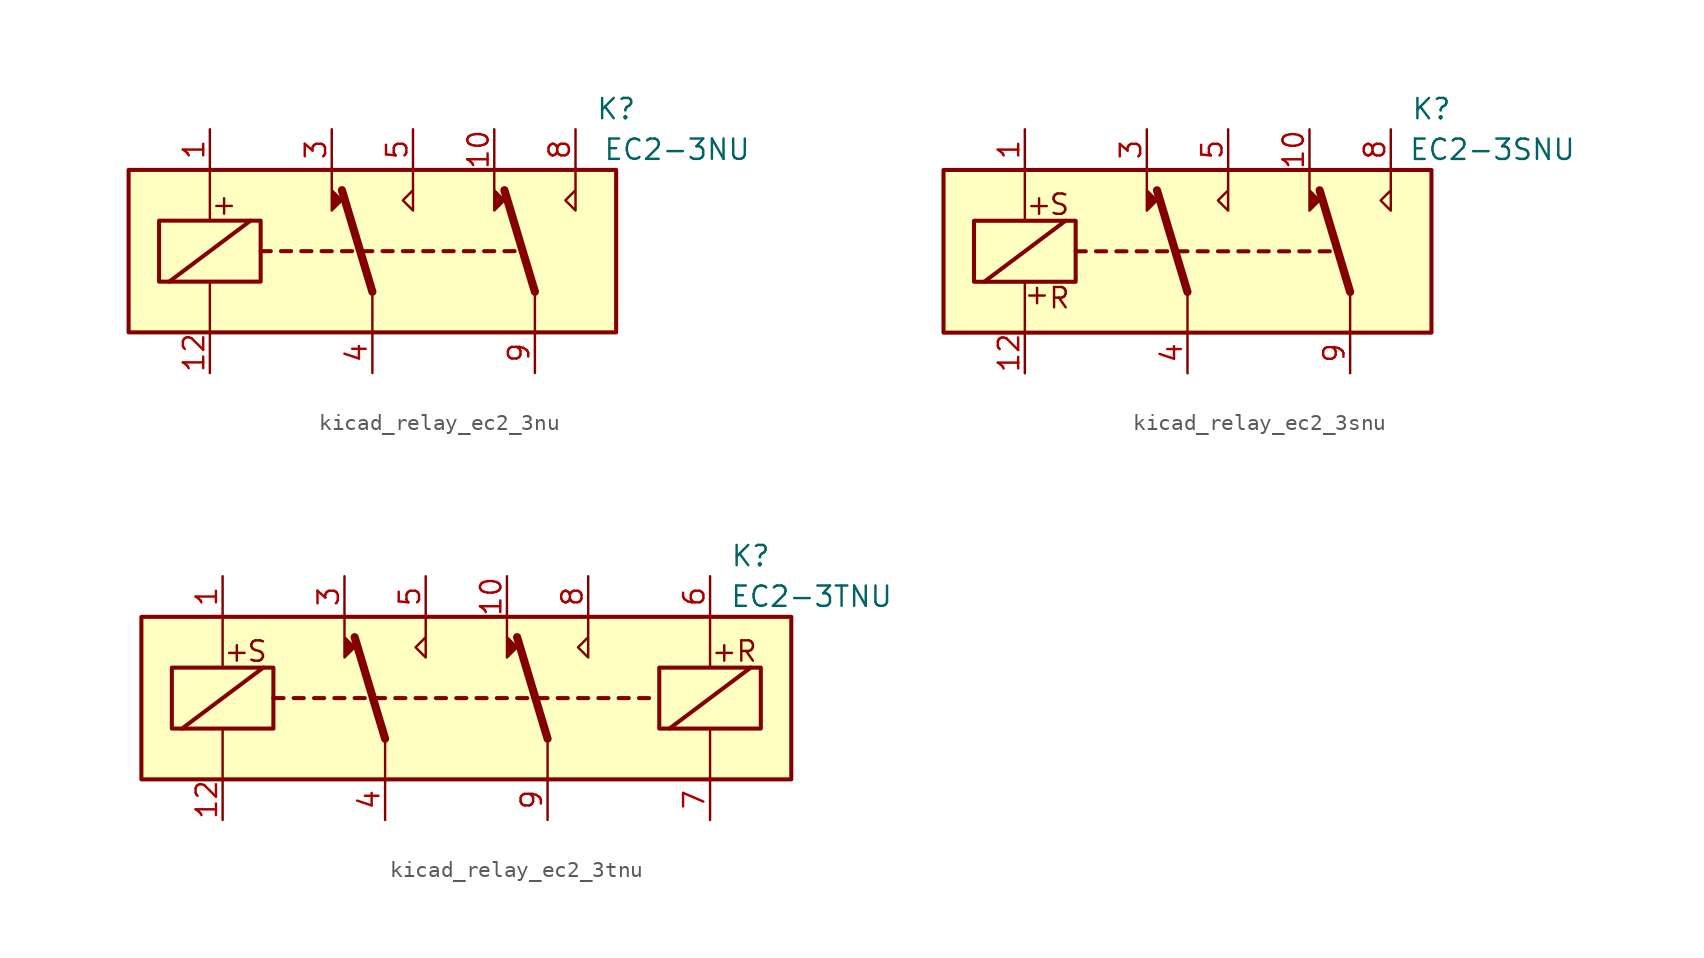
<source format=kicad_sym>
(kicad_symbol_lib
  (version 20220914)
  (generator kicad_symbol_editor)
  (symbol "kicad_relay_ec2_3nu"
    (property "Reference" "K"
      (at 15.24 8.89 0)
      (effects (font (size 1.27 1.27))))
    (property "Value" "EC2-3NU"
      (at 19.05 6.35 0)
      (effects (font (size 1.27 1.27))))
    (symbol "kicad_relay_ec2_3nu_1_1"
      (rectangle (start -15.24 5.08) (end 15.24 -5.08) (stroke (width 0.254) (type default)) (fill (type background)))
      (rectangle (start -13.335 1.905) (end -6.985 -1.905) (stroke (width 0.254) (type default)) (fill (type none)))
      (polyline (pts (xy -12.7 -1.905) (xy -7.62 1.905)) (stroke (width 0.254) (type default)) (fill (type none)))
      (polyline (pts (xy -10.16 -5.08) (xy -10.16 -1.905)) (stroke (width 0) (type default)) (fill (type none)))
      (polyline (pts (xy -10.16 5.08) (xy -10.16 1.905)) (stroke (width 0) (type default)) (fill (type none)))
      (polyline (pts (xy -6.985 0) (xy -6.35 0)) (stroke (width 0.254) (type default)) (fill (type none)))
      (polyline (pts (xy -5.715 0) (xy -5.08 0)) (stroke (width 0.254) (type default)) (fill (type none)))
      (polyline (pts (xy -4.445 0) (xy -3.81 0)) (stroke (width 0.254) (type default)) (fill (type none)))
      (polyline (pts (xy -3.175 0) (xy -2.54 0)) (stroke (width 0.254) (type default)) (fill (type none)))
      (polyline (pts (xy -1.905 0) (xy -1.27 0)) (stroke (width 0.254) (type default)) (fill (type none)))
      (polyline (pts (xy -0.635 0) (xy 0 0)) (stroke (width 0.254) (type default)) (fill (type none)))
      (polyline (pts (xy 0 -2.54) (xy -1.905 3.81)) (stroke (width 0.508) (type default)) (fill (type none)))
      (polyline (pts (xy 0 -2.54) (xy 0 -5.08)) (stroke (width 0) (type default)) (fill (type none)))
      (polyline (pts (xy 0.635 0) (xy 1.27 0)) (stroke (width 0.254) (type default)) (fill (type none)))
      (polyline (pts (xy 1.905 0) (xy 2.54 0)) (stroke (width 0.254) (type default)) (fill (type none)))
      (polyline (pts (xy 3.175 0) (xy 3.81 0)) (stroke (width 0.254) (type default)) (fill (type none)))
      (polyline (pts (xy 4.445 0) (xy 5.08 0)) (stroke (width 0.254) (type default)) (fill (type none)))
      (polyline (pts (xy 5.715 0) (xy 6.35 0)) (stroke (width 0.254) (type default)) (fill (type none)))
      (polyline (pts (xy 6.985 0) (xy 7.62 0)) (stroke (width 0.254) (type default)) (fill (type none)))
      (polyline (pts (xy 8.255 0) (xy 8.89 0)) (stroke (width 0.254) (type default)) (fill (type none)))
      (polyline (pts (xy 10.16 -2.54) (xy 8.255 3.81)) (stroke (width 0.508) (type default)) (fill (type none)))
      (polyline (pts (xy 10.16 -2.54) (xy 10.16 -5.08)) (stroke (width 0) (type default)) (fill (type none)))
      (polyline (pts (xy -2.54 5.08) (xy -2.54 2.54) (xy -1.905 3.175) (xy -2.54 3.81)) (stroke (width 0) (type default)) (fill (type outline)))
      (polyline (pts (xy 2.54 5.08) (xy 2.54 2.54) (xy 1.905 3.175) (xy 2.54 3.81)) (stroke (width 0) (type default)) (fill (type none)))
      (polyline (pts (xy 7.62 5.08) (xy 7.62 2.54) (xy 8.255 3.175) (xy 7.62 3.81)) (stroke (width 0) (type default)) (fill (type outline)))
      (polyline (pts (xy 12.7 5.08) (xy 12.7 2.54) (xy 12.065 3.175) (xy 12.7 3.81)) (stroke (width 0) (type default)) (fill (type none)))
      (text "+" (at -9.271 2.921 0) (effects (font (size 1.27 1.27))))
      (pin passive line (at -10.16 7.62 270) (length 2.54) (name "~" (effects (font (size 1.27 1.27)))) (number "1" (effects (font (size 1.27 1.27)))))
      (pin passive line (at 7.62 7.62 270) (length 2.54) (name "~" (effects (font (size 1.27 1.27)))) (number "10" (effects (font (size 1.27 1.27)))))
      (pin passive line (at -10.16 -7.62 90) (length 2.54) (name "~" (effects (font (size 1.27 1.27)))) (number "12" (effects (font (size 1.27 1.27)))))
      (pin passive line (at -2.54 7.62 270) (length 2.54) (name "~" (effects (font (size 1.27 1.27)))) (number "3" (effects (font (size 1.27 1.27)))))
      (pin passive line (at 0 -7.62 90) (length 2.54) (name "~" (effects (font (size 1.27 1.27)))) (number "4" (effects (font (size 1.27 1.27)))))
      (pin passive line (at 2.54 7.62 270) (length 2.54) (name "~" (effects (font (size 1.27 1.27)))) (number "5" (effects (font (size 1.27 1.27)))))
      (pin passive line (at 12.7 7.62 270) (length 2.54) (name "~" (effects (font (size 1.27 1.27)))) (number "8" (effects (font (size 1.27 1.27)))))
      (pin passive line (at 10.16 -7.62 90) (length 2.54) (name "~" (effects (font (size 1.27 1.27)))) (number "9" (effects (font (size 1.27 1.27)))))))
  (symbol "kicad_relay_ec2_3snu"
    (property "Reference" "K"
      (at 15.24 8.89 0)
      (effects (font (size 1.27 1.27))))
    (property "Value" "EC2-3SNU"
      (at 19.05 6.35 0)
      (effects (font (size 1.27 1.27))))
    (symbol "kicad_relay_ec2_3snu_0_0"
      (text "S" (at -8.001 2.921 0) (effects (font (size 1.27 1.27)))))
    (symbol "kicad_relay_ec2_3snu_1_1"
      (rectangle (start -15.24 5.08) (end 15.24 -5.08) (stroke (width 0.254) (type default)) (fill (type background)))
      (rectangle (start -13.335 1.905) (end -6.985 -1.905) (stroke (width 0.254) (type default)) (fill (type none)))
      (polyline (pts (xy -12.7 -1.905) (xy -7.62 1.905)) (stroke (width 0.254) (type default)) (fill (type none)))
      (polyline (pts (xy -10.16 -5.08) (xy -10.16 -1.905)) (stroke (width 0) (type default)) (fill (type none)))
      (polyline (pts (xy -10.16 5.08) (xy -10.16 1.905)) (stroke (width 0) (type default)) (fill (type none)))
      (polyline (pts (xy -6.985 0) (xy -6.35 0)) (stroke (width 0.254) (type default)) (fill (type none)))
      (polyline (pts (xy -5.715 0) (xy -5.08 0)) (stroke (width 0.254) (type default)) (fill (type none)))
      (polyline (pts (xy -4.445 0) (xy -3.81 0)) (stroke (width 0.254) (type default)) (fill (type none)))
      (polyline (pts (xy -3.175 0) (xy -2.54 0)) (stroke (width 0.254) (type default)) (fill (type none)))
      (polyline (pts (xy -1.905 0) (xy -1.27 0)) (stroke (width 0.254) (type default)) (fill (type none)))
      (polyline (pts (xy -0.635 0) (xy 0 0)) (stroke (width 0.254) (type default)) (fill (type none)))
      (polyline (pts (xy 0 -2.54) (xy -1.905 3.81)) (stroke (width 0.508) (type default)) (fill (type none)))
      (polyline (pts (xy 0 -2.54) (xy 0 -5.08)) (stroke (width 0) (type default)) (fill (type none)))
      (polyline (pts (xy 0.635 0) (xy 1.27 0)) (stroke (width 0.254) (type default)) (fill (type none)))
      (polyline (pts (xy 1.905 0) (xy 2.54 0)) (stroke (width 0.254) (type default)) (fill (type none)))
      (polyline (pts (xy 3.175 0) (xy 3.81 0)) (stroke (width 0.254) (type default)) (fill (type none)))
      (polyline (pts (xy 4.445 0) (xy 5.08 0)) (stroke (width 0.254) (type default)) (fill (type none)))
      (polyline (pts (xy 5.715 0) (xy 6.35 0)) (stroke (width 0.254) (type default)) (fill (type none)))
      (polyline (pts (xy 6.985 0) (xy 7.62 0)) (stroke (width 0.254) (type default)) (fill (type none)))
      (polyline (pts (xy 8.255 0) (xy 8.89 0)) (stroke (width 0.254) (type default)) (fill (type none)))
      (polyline (pts (xy 10.16 -2.54) (xy 8.255 3.81)) (stroke (width 0.508) (type default)) (fill (type none)))
      (polyline (pts (xy 10.16 -2.54) (xy 10.16 -5.08)) (stroke (width 0) (type default)) (fill (type none)))
      (polyline (pts (xy -2.54 5.08) (xy -2.54 2.54) (xy -1.905 3.175) (xy -2.54 3.81)) (stroke (width 0) (type default)) (fill (type outline)))
      (polyline (pts (xy 2.54 5.08) (xy 2.54 2.54) (xy 1.905 3.175) (xy 2.54 3.81)) (stroke (width 0) (type default)) (fill (type none)))
      (polyline (pts (xy 7.62 5.08) (xy 7.62 2.54) (xy 8.255 3.175) (xy 7.62 3.81)) (stroke (width 0) (type default)) (fill (type outline)))
      (polyline (pts (xy 12.7 5.08) (xy 12.7 2.54) (xy 12.065 3.175) (xy 12.7 3.81)) (stroke (width 0) (type default)) (fill (type none)))
      (text "+" (at -9.398 -2.667 0) (effects (font (size 1.27 1.27))))
      (text "+" (at -9.271 2.921 0) (effects (font (size 1.27 1.27))))
      (text "R" (at -8.001 -2.921 0) (effects (font (size 1.27 1.27))))
      (pin passive line (at -10.16 7.62 270) (length 2.54) (name "~" (effects (font (size 1.27 1.27)))) (number "1" (effects (font (size 1.27 1.27)))))
      (pin passive line (at 7.62 7.62 270) (length 2.54) (name "~" (effects (font (size 1.27 1.27)))) (number "10" (effects (font (size 1.27 1.27)))))
      (pin passive line (at -10.16 -7.62 90) (length 2.54) (name "~" (effects (font (size 1.27 1.27)))) (number "12" (effects (font (size 1.27 1.27)))))
      (pin passive line (at -2.54 7.62 270) (length 2.54) (name "~" (effects (font (size 1.27 1.27)))) (number "3" (effects (font (size 1.27 1.27)))))
      (pin passive line (at 0 -7.62 90) (length 2.54) (name "~" (effects (font (size 1.27 1.27)))) (number "4" (effects (font (size 1.27 1.27)))))
      (pin passive line (at 2.54 7.62 270) (length 2.54) (name "~" (effects (font (size 1.27 1.27)))) (number "5" (effects (font (size 1.27 1.27)))))
      (pin passive line (at 12.7 7.62 270) (length 2.54) (name "~" (effects (font (size 1.27 1.27)))) (number "8" (effects (font (size 1.27 1.27)))))
      (pin passive line (at 10.16 -7.62 90) (length 2.54) (name "~" (effects (font (size 1.27 1.27)))) (number "9" (effects (font (size 1.27 1.27)))))))
  (symbol "kicad_relay_ec2_3tnu"
    (property "Reference" "K"
      (at 17.78 8.89 0)
      (effects (font (size 1.27 1.27))))
    (property "Value" "EC2-3TNU"
      (at 21.59 6.35 0)
      (effects (font (size 1.27 1.27))))
    (symbol "kicad_relay_ec2_3tnu_1_1"
      (rectangle (start -20.32 5.08) (end 20.32 -5.08) (stroke (width 0.254) (type default)) (fill (type background)))
      (rectangle (start -18.415 1.905) (end -12.065 -1.905) (stroke (width 0.254) (type default)) (fill (type none)))
      (polyline (pts (xy -17.78 -1.905) (xy -12.7 1.905)) (stroke (width 0.254) (type default)) (fill (type none)))
      (polyline (pts (xy -15.24 -5.08) (xy -15.24 -1.905)) (stroke (width 0) (type default)) (fill (type none)))
      (polyline (pts (xy -15.24 5.08) (xy -15.24 1.905)) (stroke (width 0) (type default)) (fill (type none)))
      (polyline (pts (xy -12.065 0) (xy -11.43 0)) (stroke (width 0.254) (type default)) (fill (type none)))
      (polyline (pts (xy -10.795 0) (xy -10.16 0)) (stroke (width 0.254) (type default)) (fill (type none)))
      (polyline (pts (xy -9.525 0) (xy -8.89 0)) (stroke (width 0.254) (type default)) (fill (type none)))
      (polyline (pts (xy -8.255 0) (xy -7.62 0)) (stroke (width 0.254) (type default)) (fill (type none)))
      (polyline (pts (xy -6.985 0) (xy -6.35 0)) (stroke (width 0.254) (type default)) (fill (type none)))
      (polyline (pts (xy -5.715 0) (xy -5.08 0)) (stroke (width 0.254) (type default)) (fill (type none)))
      (polyline (pts (xy -5.08 -2.54) (xy -6.985 3.81)) (stroke (width 0.508) (type default)) (fill (type none)))
      (polyline (pts (xy -5.08 -2.54) (xy -5.08 -5.08)) (stroke (width 0) (type default)) (fill (type none)))
      (polyline (pts (xy -4.445 0) (xy -3.81 0)) (stroke (width 0.254) (type default)) (fill (type none)))
      (polyline (pts (xy -3.175 0) (xy -2.54 0)) (stroke (width 0.254) (type default)) (fill (type none)))
      (polyline (pts (xy -1.905 0) (xy -1.27 0)) (stroke (width 0.254) (type default)) (fill (type none)))
      (polyline (pts (xy -0.635 0) (xy 0 0)) (stroke (width 0.254) (type default)) (fill (type none)))
      (polyline (pts (xy 0.635 0) (xy 1.27 0)) (stroke (width 0.254) (type default)) (fill (type none)))
      (polyline (pts (xy 1.905 0) (xy 2.54 0)) (stroke (width 0.254) (type default)) (fill (type none)))
      (polyline (pts (xy 3.175 0) (xy 3.81 0)) (stroke (width 0.254) (type default)) (fill (type none)))
      (polyline (pts (xy 4.445 0) (xy 5.08 0)) (stroke (width 0.254) (type default)) (fill (type none)))
      (polyline (pts (xy 5.08 -2.54) (xy 3.175 3.81)) (stroke (width 0.508) (type default)) (fill (type none)))
      (polyline (pts (xy 5.08 -2.54) (xy 5.08 -5.08)) (stroke (width 0) (type default)) (fill (type none)))
      (polyline (pts (xy 5.715 0) (xy 6.35 0)) (stroke (width 0.254) (type default)) (fill (type none)))
      (polyline (pts (xy 6.985 0) (xy 7.62 0)) (stroke (width 0.254) (type default)) (fill (type none)))
      (polyline (pts (xy 8.255 0) (xy 8.89 0)) (stroke (width 0.254) (type default)) (fill (type none)))
      (polyline (pts (xy 9.525 0) (xy 10.16 0)) (stroke (width 0.254) (type default)) (fill (type none)))
      (polyline (pts (xy 10.795 0) (xy 11.43 0)) (stroke (width 0.254) (type default)) (fill (type none)))
      (polyline (pts (xy 12.7 -1.905) (xy 17.78 1.905)) (stroke (width 0.254) (type default)) (fill (type none)))
      (polyline (pts (xy 15.24 -5.08) (xy 15.24 -1.905)) (stroke (width 0) (type default)) (fill (type none)))
      (polyline (pts (xy 15.24 5.08) (xy 15.24 1.905)) (stroke (width 0) (type default)) (fill (type none)))
      (polyline (pts (xy -7.62 5.08) (xy -7.62 2.54) (xy -6.985 3.175) (xy -7.62 3.81)) (stroke (width 0) (type default)) (fill (type outline)))
      (polyline (pts (xy -2.54 5.08) (xy -2.54 2.54) (xy -3.175 3.175) (xy -2.54 3.81)) (stroke (width 0) (type default)) (fill (type none)))
      (polyline (pts (xy 2.54 5.08) (xy 2.54 2.54) (xy 3.175 3.175) (xy 2.54 3.81)) (stroke (width 0) (type default)) (fill (type outline)))
      (polyline (pts (xy 7.62 5.08) (xy 7.62 2.54) (xy 6.985 3.175) (xy 7.62 3.81)) (stroke (width 0) (type default)) (fill (type none)))
      (rectangle (start 12.065 1.905) (end 18.415 -1.905) (stroke (width 0.254) (type default)) (fill (type none)))
      (text "+" (at -14.351 2.921 0) (effects (font (size 1.27 1.27))))
      (text "+" (at 16.129 2.921 0) (effects (font (size 1.27 1.27))))
      (text "R" (at 17.526 2.921 0) (effects (font (size 1.27 1.27))))
      (text "S" (at -13.081 2.921 0) (effects (font (size 1.27 1.27))))
      (pin passive line (at -15.24 7.62 270) (length 2.54) (name "~" (effects (font (size 1.27 1.27)))) (number "1" (effects (font (size 1.27 1.27)))))
      (pin passive line (at 2.54 7.62 270) (length 2.54) (name "~" (effects (font (size 1.27 1.27)))) (number "10" (effects (font (size 1.27 1.27)))))
      (pin passive line (at -15.24 -7.62 90) (length 2.54) (name "~" (effects (font (size 1.27 1.27)))) (number "12" (effects (font (size 1.27 1.27)))))
      (pin passive line (at -7.62 7.62 270) (length 2.54) (name "~" (effects (font (size 1.27 1.27)))) (number "3" (effects (font (size 1.27 1.27)))))
      (pin passive line (at -5.08 -7.62 90) (length 2.54) (name "~" (effects (font (size 1.27 1.27)))) (number "4" (effects (font (size 1.27 1.27)))))
      (pin passive line (at -2.54 7.62 270) (length 2.54) (name "~" (effects (font (size 1.27 1.27)))) (number "5" (effects (font (size 1.27 1.27)))))
      (pin passive line (at 15.24 7.62 270) (length 2.54) (name "~" (effects (font (size 1.27 1.27)))) (number "6" (effects (font (size 1.27 1.27)))))
      (pin passive line (at 15.24 -7.62 90) (length 2.54) (name "~" (effects (font (size 1.27 1.27)))) (number "7" (effects (font (size 1.27 1.27)))))
      (pin passive line (at 7.62 7.62 270) (length 2.54) (name "~" (effects (font (size 1.27 1.27)))) (number "8" (effects (font (size 1.27 1.27)))))
      (pin passive line (at 5.08 -7.62 90) (length 2.54) (name "~" (effects (font (size 1.27 1.27)))) (number "9" (effects (font (size 1.27 1.27))))))))
</source>
